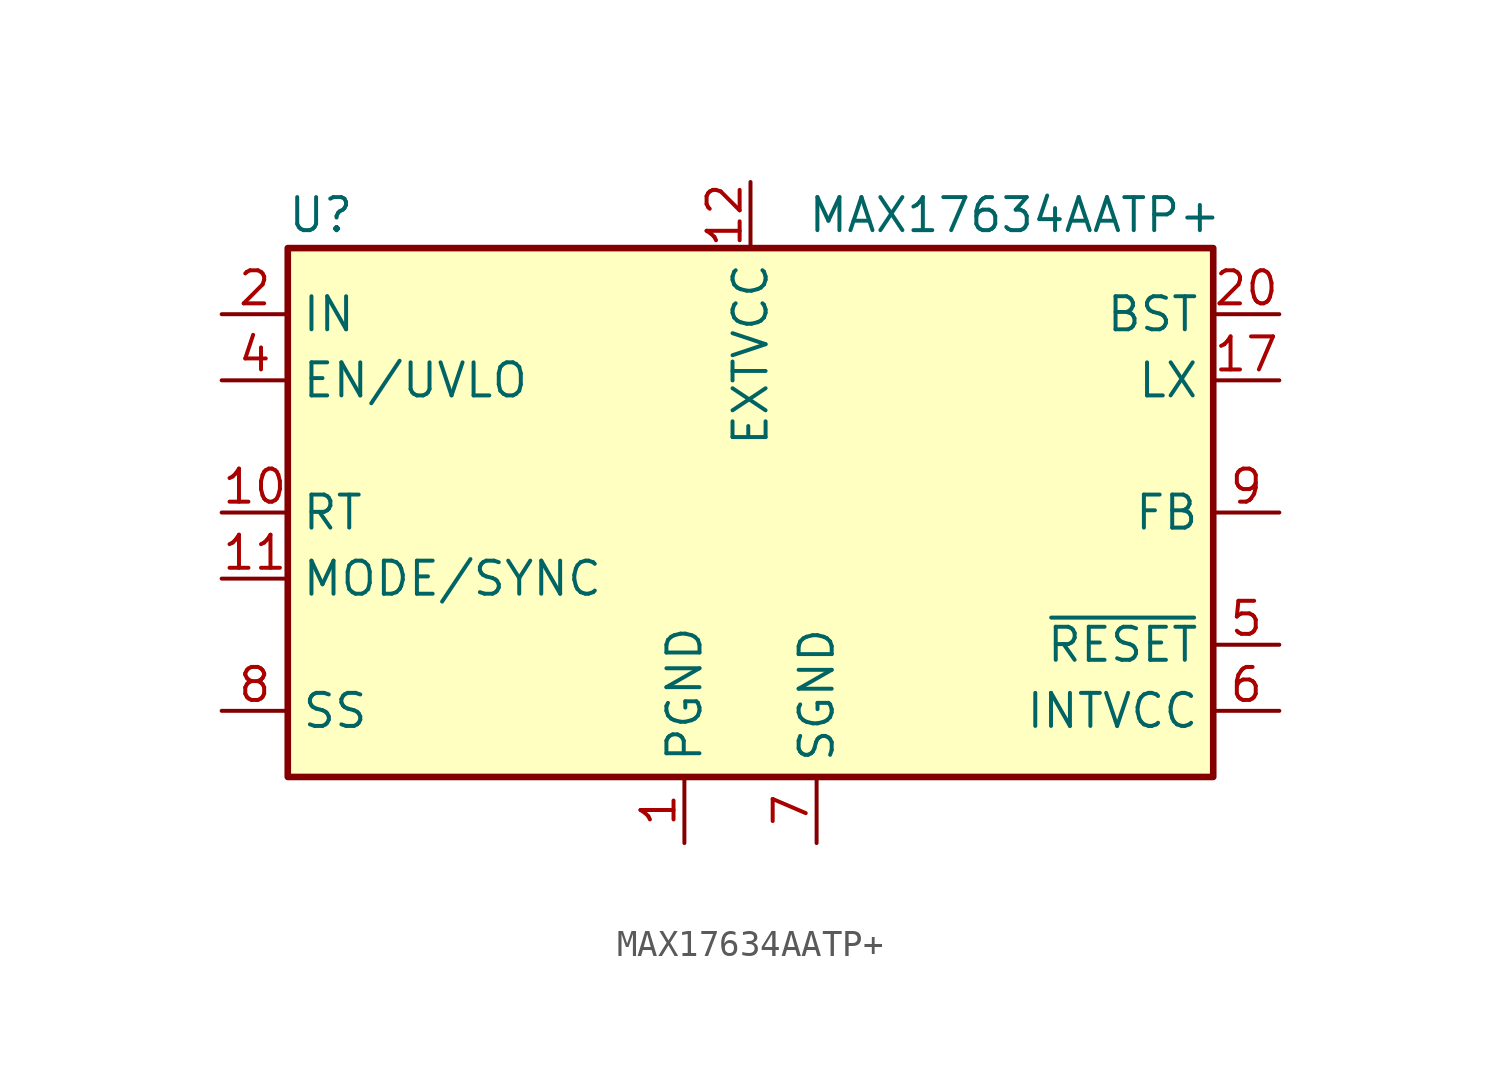
<source format=kicad_sym>
(kicad_symbol_lib
  (version 20211014)
  (generator kicad_symbol_editor)
  (symbol "MAX17634AATP+"
    (property "Reference" "U"
      (at -16.51 11.43 0)
      (effects (font (size 1.27 1.27))))
    (property "Value" "MAX17634AATP+"
      (at 10.16 11.43 0)
      (effects (font (size 1.27 1.27))))
    (symbol "MAX17634AATP+_0_1"
      (rectangle (start -17.78 10.16) (end 17.78 -10.16) (stroke (width 0.254)) (fill (type background))))
    (symbol "MAX17634AATP+_1_1"
      (pin power_in line (at -2.54 -12.7 90) (length 2.54) (name "PGND" (effects (font (size 1.27 1.27)))) (number "1" (effects (font (size 1.27 1.27)))))
      (pin input line (at -20.32 0 0) (length 2.54) (name "RT" (effects (font (size 1.27 1.27)))) (number "10" (effects (font (size 1.27 1.27)))))
      (pin input line (at -20.32 -2.54 0) (length 2.54) (name "MODE/SYNC" (effects (font (size 1.27 1.27)))) (number "11" (effects (font (size 1.27 1.27)))))
      (pin open_collector line (at 0 12.7 270) (length 2.54) (name "EXTVCC" (effects (font (size 1.27 1.27)))) (number "12" (effects (font (size 1.27 1.27)))))
      (pin no_connect line (at -20.32 2.54 0) (length 2.54) hide (name "NC" (effects (font (size 1.27 1.27)))) (number "13" (effects (font (size 1.27 1.27)))))
      (pin passive line (at -20.32 7.62 0) (length 2.54) hide (name "IN" (effects (font (size 1.27 1.27)))) (number "14" (effects (font (size 1.27 1.27)))))
      (pin passive line (at -2.54 -12.7 90) (length 2.54) hide (name "PGND" (effects (font (size 1.27 1.27)))) (number "15" (effects (font (size 1.27 1.27)))))
      (pin no_connect line (at -20.32 -5.08 0) (length 2.54) hide (name "NC" (effects (font (size 1.27 1.27)))) (number "16" (effects (font (size 1.27 1.27)))))
      (pin power_out line (at 20.32 5.08 180) (length 2.54) (name "LX" (effects (font (size 1.27 1.27)))) (number "17" (effects (font (size 1.27 1.27)))))
      (pin passive line (at 20.32 5.08 180) (length 2.54) hide (name "LX" (effects (font (size 1.27 1.27)))) (number "18" (effects (font (size 1.27 1.27)))))
      (pin passive line (at 20.32 5.08 180) (length 2.54) hide (name "LX" (effects (font (size 1.27 1.27)))) (number "19" (effects (font (size 1.27 1.27)))))
      (pin power_in line (at -20.32 7.62 0) (length 2.54) (name "IN" (effects (font (size 1.27 1.27)))) (number "2" (effects (font (size 1.27 1.27)))))
      (pin passive line (at 20.32 7.62 180) (length 2.54) (name "BST" (effects (font (size 1.27 1.27)))) (number "20" (effects (font (size 1.27 1.27)))))
      (pin passive line (at 2.54 -12.7 90) (length 2.54) hide (name "SGND" (effects (font (size 1.27 1.27)))) (number "21" (effects (font (size 1.27 1.27)))))
      (pin passive line (at -20.32 7.62 0) (length 2.54) hide (name "IN" (effects (font (size 1.27 1.27)))) (number "3" (effects (font (size 1.27 1.27)))))
      (pin input line (at -20.32 5.08 0) (length 2.54) (name "EN/UVLO" (effects (font (size 1.27 1.27)))) (number "4" (effects (font (size 1.27 1.27)))))
      (pin open_collector line (at 20.32 -5.08 180) (length 2.54) (name "~{RESET}" (effects (font (size 1.27 1.27)))) (number "5" (effects (font (size 1.27 1.27)))))
      (pin power_out line (at 20.32 -7.62 180) (length 2.54) (name "INTVCC" (effects (font (size 1.27 1.27)))) (number "6" (effects (font (size 1.27 1.27)))))
      (pin passive line (at 2.54 -12.7 90) (length 2.54) (name "SGND" (effects (font (size 1.27 1.27)))) (number "7" (effects (font (size 1.27 1.27)))))
      (pin passive line (at -20.32 -7.62 0) (length 2.54) (name "SS" (effects (font (size 1.27 1.27)))) (number "8" (effects (font (size 1.27 1.27)))))
      (pin input line (at 20.32 0 180) (length 2.54) (name "FB" (effects (font (size 1.27 1.27)))) (number "9" (effects (font (size 1.27 1.27))))))))
</source>
